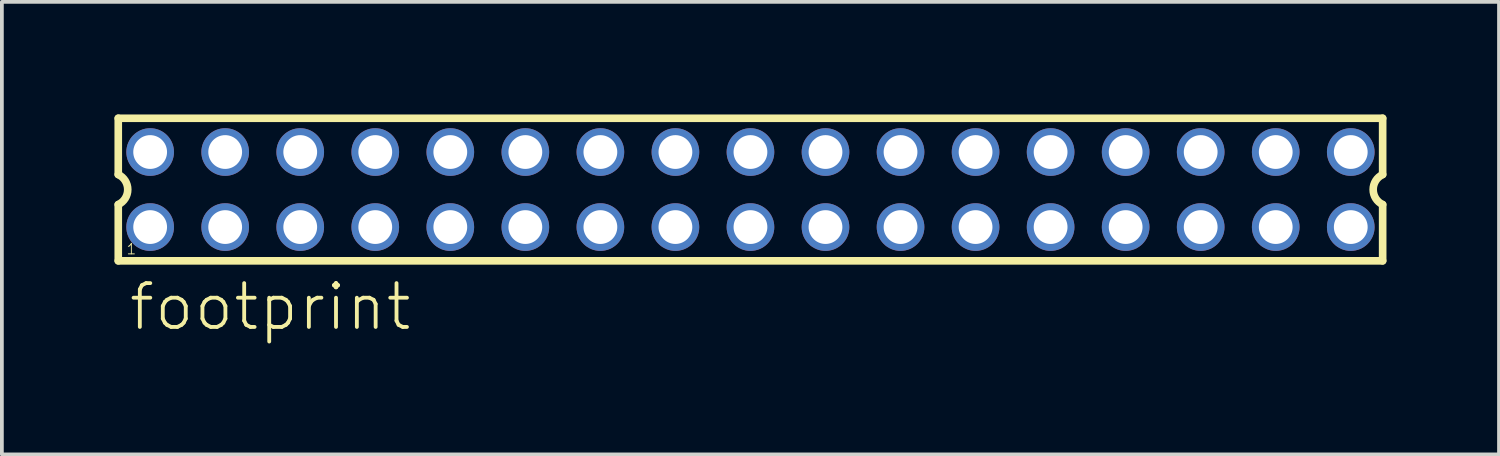
<source format=kicad_pcb>
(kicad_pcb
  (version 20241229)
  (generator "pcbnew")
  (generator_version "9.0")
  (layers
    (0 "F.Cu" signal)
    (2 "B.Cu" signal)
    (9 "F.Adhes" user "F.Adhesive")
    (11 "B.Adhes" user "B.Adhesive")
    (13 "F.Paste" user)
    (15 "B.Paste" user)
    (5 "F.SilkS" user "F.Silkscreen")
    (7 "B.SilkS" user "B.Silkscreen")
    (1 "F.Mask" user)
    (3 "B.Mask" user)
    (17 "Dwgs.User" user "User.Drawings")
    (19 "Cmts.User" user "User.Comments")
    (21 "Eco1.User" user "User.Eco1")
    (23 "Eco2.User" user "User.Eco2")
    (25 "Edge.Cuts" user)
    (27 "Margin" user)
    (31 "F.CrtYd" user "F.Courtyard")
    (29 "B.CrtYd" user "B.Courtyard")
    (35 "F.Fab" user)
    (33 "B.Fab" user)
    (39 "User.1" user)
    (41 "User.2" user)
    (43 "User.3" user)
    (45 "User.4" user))
  (footprint "footprint"
    (layer "F.Cu")
    (at 16.952 2.002)
    (property "Reference" "footprint" (at -16.62 3.81 0) (layer "F.SilkS") (effects (font (size 1.168 1.168) (thickness 0.102)) (justify left bottom)))
    (fp_line (start -16.85 -1.9) (end -16.85 -0.4) (stroke (width 0.203) (type solid)) (layer "F.SilkS"))
    (fp_line (start -16.85 0.4) (end -16.85 1.9) (stroke (width 0.203) (type solid)) (layer "F.SilkS"))
    (fp_line (start -16.85 1.9) (end 16.85 1.9) (stroke (width 0.203) (type solid)) (layer "F.SilkS"))
    (fp_line (start 16.85 -1.9) (end -16.85 -1.9) (stroke (width 0.203) (type solid)) (layer "F.SilkS"))
    (fp_line (start 16.85 -0.4) (end 16.85 -1.9) (stroke (width 0.203) (type solid)) (layer "F.SilkS"))
    (fp_line (start 16.85 1.9) (end 16.85 0.4) (stroke (width 0.203) (type solid)) (layer "F.SilkS"))
    (fp_arc (start -16.85 -0.4) (mid -16.597168 -0.000001) (end -16.849998 0.399999) (stroke (width 0.2032) (type solid)) (layer "F.SilkS"))
    (fp_arc (start 16.85 0.4) (mid 16.597168 0.000001) (end 16.849998 -0.399999) (stroke (width 0.2032) (type solid)) (layer "F.SilkS"))
    (fp_poly (pts (xy -16.25 -0.75) (xy -15.75 -0.75) (xy -15.75 -1.25) (xy -16.25 -1.25)) (stroke (width 0.1) (type solid)) (fill no) (layer "F.Fab"))
    (fp_poly (pts (xy -16.25 1.25) (xy -15.75 1.25) (xy -15.75 0.75) (xy -16.25 0.75)) (stroke (width 0.1) (type solid)) (fill no) (layer "F.Fab"))
    (fp_poly (pts (xy -14.25 -0.75) (xy -13.75 -0.75) (xy -13.75 -1.25) (xy -14.25 -1.25)) (stroke (width 0.1) (type solid)) (fill no) (layer "F.Fab"))
    (fp_poly (pts (xy -14.25 1.25) (xy -13.75 1.25) (xy -13.75 0.75) (xy -14.25 0.75)) (stroke (width 0.1) (type solid)) (fill no) (layer "F.Fab"))
    (fp_poly (pts (xy -12.25 -0.75) (xy -11.75 -0.75) (xy -11.75 -1.25) (xy -12.25 -1.25)) (stroke (width 0.1) (type solid)) (fill no) (layer "F.Fab"))
    (fp_poly (pts (xy -12.25 1.25) (xy -11.75 1.25) (xy -11.75 0.75) (xy -12.25 0.75)) (stroke (width 0.1) (type solid)) (fill no) (layer "F.Fab"))
    (fp_poly (pts (xy -10.25 -0.75) (xy -9.75 -0.75) (xy -9.75 -1.25) (xy -10.25 -1.25)) (stroke (width 0.1) (type solid)) (fill no) (layer "F.Fab"))
    (fp_poly (pts (xy -10.25 1.25) (xy -9.75 1.25) (xy -9.75 0.75) (xy -10.25 0.75)) (stroke (width 0.1) (type solid)) (fill no) (layer "F.Fab"))
    (fp_poly (pts (xy -8.25 -0.75) (xy -7.75 -0.75) (xy -7.75 -1.25) (xy -8.25 -1.25)) (stroke (width 0.1) (type solid)) (fill no) (layer "F.Fab"))
    (fp_poly (pts (xy -8.25 1.25) (xy -7.75 1.25) (xy -7.75 0.75) (xy -8.25 0.75)) (stroke (width 0.1) (type solid)) (fill no) (layer "F.Fab"))
    (fp_poly (pts (xy -6.25 -0.75) (xy -5.75 -0.75) (xy -5.75 -1.25) (xy -6.25 -1.25)) (stroke (width 0.1) (type solid)) (fill no) (layer "F.Fab"))
    (fp_poly (pts (xy -6.25 1.25) (xy -5.75 1.25) (xy -5.75 0.75) (xy -6.25 0.75)) (stroke (width 0.1) (type solid)) (fill no) (layer "F.Fab"))
    (fp_poly (pts (xy -4.25 -0.75) (xy -3.75 -0.75) (xy -3.75 -1.25) (xy -4.25 -1.25)) (stroke (width 0.1) (type solid)) (fill no) (layer "F.Fab"))
    (fp_poly (pts (xy -4.25 1.25) (xy -3.75 1.25) (xy -3.75 0.75) (xy -4.25 0.75)) (stroke (width 0.1) (type solid)) (fill no) (layer "F.Fab"))
    (fp_poly (pts (xy -2.25 -0.75) (xy -1.75 -0.75) (xy -1.75 -1.25) (xy -2.25 -1.25)) (stroke (width 0.1) (type solid)) (fill no) (layer "F.Fab"))
    (fp_poly (pts (xy -2.25 1.25) (xy -1.75 1.25) (xy -1.75 0.75) (xy -2.25 0.75)) (stroke (width 0.1) (type solid)) (fill no) (layer "F.Fab"))
    (fp_poly (pts (xy -0.25 -0.75) (xy 0.25 -0.75) (xy 0.25 -1.25) (xy -0.25 -1.25)) (stroke (width 0.1) (type solid)) (fill no) (layer "F.Fab"))
    (fp_poly (pts (xy -0.25 1.25) (xy 0.25 1.25) (xy 0.25 0.75) (xy -0.25 0.75)) (stroke (width 0.1) (type solid)) (fill no) (layer "F.Fab"))
    (fp_poly (pts (xy 1.75 -0.75) (xy 2.25 -0.75) (xy 2.25 -1.25) (xy 1.75 -1.25)) (stroke (width 0.1) (type solid)) (fill no) (layer "F.Fab"))
    (fp_poly (pts (xy 1.75 1.25) (xy 2.25 1.25) (xy 2.25 0.75) (xy 1.75 0.75)) (stroke (width 0.1) (type solid)) (fill no) (layer "F.Fab"))
    (fp_poly (pts (xy 3.75 -0.75) (xy 4.25 -0.75) (xy 4.25 -1.25) (xy 3.75 -1.25)) (stroke (width 0.1) (type solid)) (fill no) (layer "F.Fab"))
    (fp_poly (pts (xy 3.75 1.25) (xy 4.25 1.25) (xy 4.25 0.75) (xy 3.75 0.75)) (stroke (width 0.1) (type solid)) (fill no) (layer "F.Fab"))
    (fp_poly (pts (xy 5.75 -0.75) (xy 6.25 -0.75) (xy 6.25 -1.25) (xy 5.75 -1.25)) (stroke (width 0.1) (type solid)) (fill no) (layer "F.Fab"))
    (fp_poly (pts (xy 5.75 1.25) (xy 6.25 1.25) (xy 6.25 0.75) (xy 5.75 0.75)) (stroke (width 0.1) (type solid)) (fill no) (layer "F.Fab"))
    (fp_poly (pts (xy 7.75 -0.75) (xy 8.25 -0.75) (xy 8.25 -1.25) (xy 7.75 -1.25)) (stroke (width 0.1) (type solid)) (fill no) (layer "F.Fab"))
    (fp_poly (pts (xy 7.75 1.25) (xy 8.25 1.25) (xy 8.25 0.75) (xy 7.75 0.75)) (stroke (width 0.1) (type solid)) (fill no) (layer "F.Fab"))
    (fp_poly (pts (xy 9.75 -0.75) (xy 10.25 -0.75) (xy 10.25 -1.25) (xy 9.75 -1.25)) (stroke (width 0.1) (type solid)) (fill no) (layer "F.Fab"))
    (fp_poly (pts (xy 9.75 1.25) (xy 10.25 1.25) (xy 10.25 0.75) (xy 9.75 0.75)) (stroke (width 0.1) (type solid)) (fill no) (layer "F.Fab"))
    (fp_poly (pts (xy 11.75 -0.75) (xy 12.25 -0.75) (xy 12.25 -1.25) (xy 11.75 -1.25)) (stroke (width 0.1) (type solid)) (fill no) (layer "F.Fab"))
    (fp_poly (pts (xy 11.75 1.25) (xy 12.25 1.25) (xy 12.25 0.75) (xy 11.75 0.75)) (stroke (width 0.1) (type solid)) (fill no) (layer "F.Fab"))
    (fp_poly (pts (xy 13.75 -0.75) (xy 14.25 -0.75) (xy 14.25 -1.25) (xy 13.75 -1.25)) (stroke (width 0.1) (type solid)) (fill no) (layer "F.Fab"))
    (fp_poly (pts (xy 13.75 1.25) (xy 14.25 1.25) (xy 14.25 0.75) (xy 13.75 0.75)) (stroke (width 0.1) (type solid)) (fill no) (layer "F.Fab"))
    (fp_poly (pts (xy 15.75 -0.75) (xy 16.25 -0.75) (xy 16.25 -1.25) (xy 15.75 -1.25)) (stroke (width 0.1) (type solid)) (fill no) (layer "F.Fab"))
    (fp_poly (pts (xy 15.75 1.25) (xy 16.25 1.25) (xy 16.25 0.75) (xy 15.75 0.75)) (stroke (width 0.1) (type solid)) (fill no) (layer "F.Fab"))
    (fp_text user "1" (at -16.65 1.75 0) (layer "F.SilkS") (effects (font (size 0.28 0.28) (thickness 0.024)) (justify left bottom)))
    (pad "1" thru_hole circle (at -16 1) (size 1.27 1.27) (drill 0.9) (layers "*.Cu" "*.Mask"))
    (pad "2" thru_hole circle (at -16 -1) (size 1.27 1.27) (drill 0.9) (layers "*.Cu" "*.Mask"))
    (pad "3" thru_hole circle (at -14 1) (size 1.27 1.27) (drill 0.9) (layers "*.Cu" "*.Mask"))
    (pad "4" thru_hole circle (at -14 -1) (size 1.27 1.27) (drill 0.9) (layers "*.Cu" "*.Mask"))
    (pad "5" thru_hole circle (at -12 1) (size 1.27 1.27) (drill 0.9) (layers "*.Cu" "*.Mask"))
    (pad "6" thru_hole circle (at -12 -1) (size 1.27 1.27) (drill 0.9) (layers "*.Cu" "*.Mask"))
    (pad "7" thru_hole circle (at -10 1) (size 1.27 1.27) (drill 0.9) (layers "*.Cu" "*.Mask"))
    (pad "8" thru_hole circle (at -10 -1) (size 1.27 1.27) (drill 0.9) (layers "*.Cu" "*.Mask"))
    (pad "9" thru_hole circle (at -8 1) (size 1.27 1.27) (drill 0.9) (layers "*.Cu" "*.Mask"))
    (pad "10" thru_hole circle (at -8 -1) (size 1.27 1.27) (drill 0.9) (layers "*.Cu" "*.Mask"))
    (pad "11" thru_hole circle (at -6 1) (size 1.27 1.27) (drill 0.9) (layers "*.Cu" "*.Mask"))
    (pad "12" thru_hole circle (at -6 -1) (size 1.27 1.27) (drill 0.9) (layers "*.Cu" "*.Mask"))
    (pad "13" thru_hole circle (at -4 1) (size 1.27 1.27) (drill 0.9) (layers "*.Cu" "*.Mask"))
    (pad "14" thru_hole circle (at -4 -1) (size 1.27 1.27) (drill 0.9) (layers "*.Cu" "*.Mask"))
    (pad "15" thru_hole circle (at -2 1) (size 1.27 1.27) (drill 0.9) (layers "*.Cu" "*.Mask"))
    (pad "16" thru_hole circle (at -2 -1) (size 1.27 1.27) (drill 0.9) (layers "*.Cu" "*.Mask"))
    (pad "17" thru_hole circle (at 0 1) (size 1.27 1.27) (drill 0.9) (layers "*.Cu" "*.Mask"))
    (pad "18" thru_hole circle (at 0 -1) (size 1.27 1.27) (drill 0.9) (layers "*.Cu" "*.Mask"))
    (pad "19" thru_hole circle (at 2 1) (size 1.27 1.27) (drill 0.9) (layers "*.Cu" "*.Mask"))
    (pad "20" thru_hole circle (at 2 -1) (size 1.27 1.27) (drill 0.9) (layers "*.Cu" "*.Mask"))
    (pad "21" thru_hole circle (at 4 1) (size 1.27 1.27) (drill 0.9) (layers "*.Cu" "*.Mask"))
    (pad "22" thru_hole circle (at 4 -1) (size 1.27 1.27) (drill 0.9) (layers "*.Cu" "*.Mask"))
    (pad "23" thru_hole circle (at 6 1) (size 1.27 1.27) (drill 0.9) (layers "*.Cu" "*.Mask"))
    (pad "24" thru_hole circle (at 6 -1) (size 1.27 1.27) (drill 0.9) (layers "*.Cu" "*.Mask"))
    (pad "25" thru_hole circle (at 8 1) (size 1.27 1.27) (drill 0.9) (layers "*.Cu" "*.Mask"))
    (pad "26" thru_hole circle (at 8 -1) (size 1.27 1.27) (drill 0.9) (layers "*.Cu" "*.Mask"))
    (pad "27" thru_hole circle (at 10 1) (size 1.27 1.27) (drill 0.9) (layers "*.Cu" "*.Mask"))
    (pad "28" thru_hole circle (at 10 -1) (size 1.27 1.27) (drill 0.9) (layers "*.Cu" "*.Mask"))
    (pad "29" thru_hole circle (at 12 1) (size 1.27 1.27) (drill 0.9) (layers "*.Cu" "*.Mask"))
    (pad "30" thru_hole circle (at 12 -1) (size 1.27 1.27) (drill 0.9) (layers "*.Cu" "*.Mask"))
    (pad "31" thru_hole circle (at 14 1) (size 1.27 1.27) (drill 0.9) (layers "*.Cu" "*.Mask"))
    (pad "32" thru_hole circle (at 14 -1) (size 1.27 1.27) (drill 0.9) (layers "*.Cu" "*.Mask"))
    (pad "33" thru_hole circle (at 16 1) (size 1.27 1.27) (drill 0.9) (layers "*.Cu" "*.Mask"))
    (pad "34" thru_hole circle (at 16 -1) (size 1.27 1.27) (drill 0.9) (layers "*.Cu" "*.Mask")))
  (gr_rect
    (start -3 -3)
    (end 36.903 9.062)
    (stroke (width 0.1) (type default))
    (fill no)
    (layer "Edge.Cuts")))
</source>
